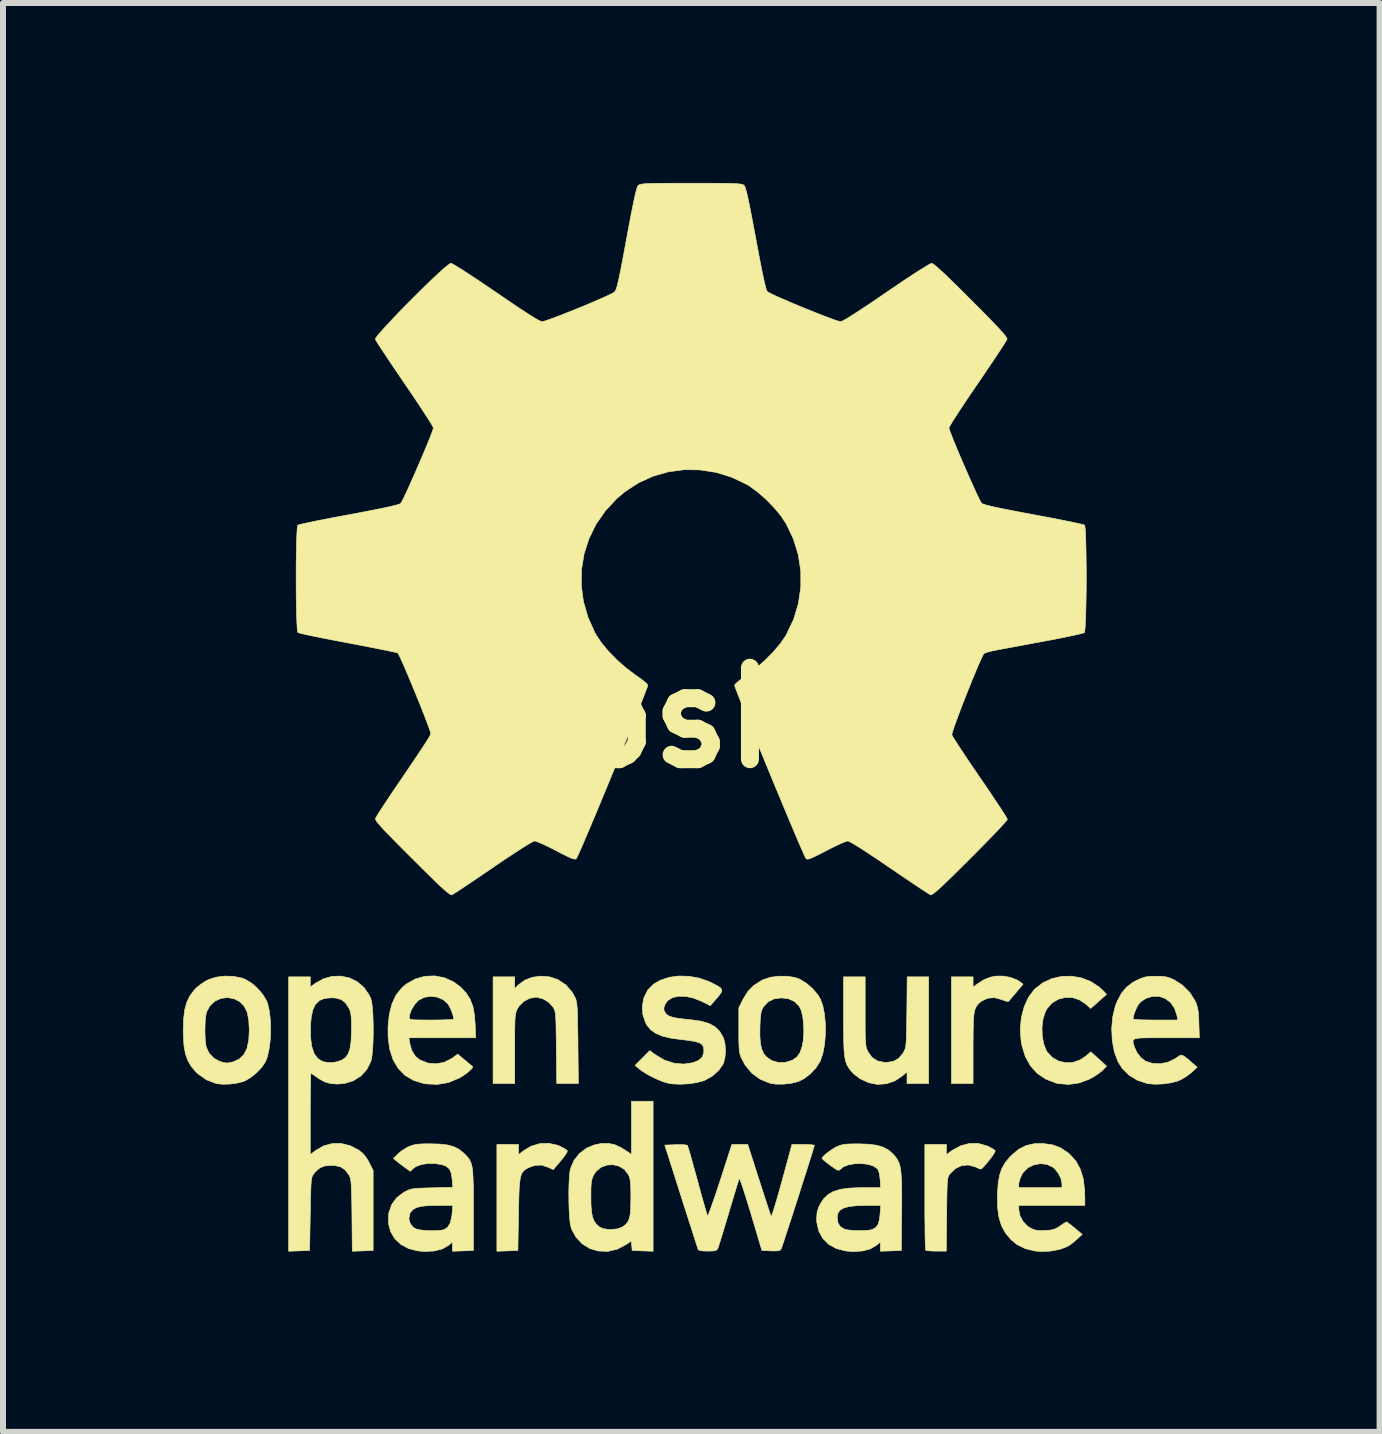
<source format=kicad_pcb>
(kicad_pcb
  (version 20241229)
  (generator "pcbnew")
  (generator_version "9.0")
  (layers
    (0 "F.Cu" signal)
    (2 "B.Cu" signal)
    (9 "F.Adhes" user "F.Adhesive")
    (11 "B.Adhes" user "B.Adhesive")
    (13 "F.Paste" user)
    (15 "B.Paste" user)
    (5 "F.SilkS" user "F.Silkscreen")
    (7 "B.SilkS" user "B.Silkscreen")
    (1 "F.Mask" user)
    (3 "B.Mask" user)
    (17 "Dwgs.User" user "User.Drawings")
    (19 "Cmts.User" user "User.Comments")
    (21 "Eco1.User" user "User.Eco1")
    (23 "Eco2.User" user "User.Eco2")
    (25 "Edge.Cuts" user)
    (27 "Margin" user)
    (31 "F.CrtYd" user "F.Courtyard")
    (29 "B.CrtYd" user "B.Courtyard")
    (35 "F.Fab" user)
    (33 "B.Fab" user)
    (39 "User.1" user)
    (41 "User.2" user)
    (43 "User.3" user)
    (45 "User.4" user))
  (footprint "osh"
    (layer "F.Cu")
    (at 8.472 8.916)
    (property "Reference" "osh" (at 0 0 0) (layer "F.SilkS") (effects (font (size 1.524 1.524) (thickness 0.3))))
    (attr through_hole)
    (fp_poly (pts (xy 5.316 4.326) (xy 5.422 4.365) (xy 5.481 4.4) (xy 5.532 4.441) (xy 5.419 4.575) (xy 5.364 4.639) (xy 5.321 4.691) (xy 5.295 4.722) (xy 5.291 4.726) (xy 5.266 4.727) (xy 5.216 4.713) (xy 5.177 4.697) (xy 5.059 4.665) (xy 4.947 4.673) (xy 4.846 4.719) (xy 4.823 4.736) (xy 4.789 4.767) (xy 4.761 4.799) (xy 4.74 4.836) (xy 4.724 4.885) (xy 4.713 4.949) (xy 4.706 5.033) (xy 4.702 5.144) (xy 4.7 5.286) (xy 4.699 5.464) (xy 4.699 5.513) (xy 4.699 6.096) (xy 4.339 6.096) (xy 4.339 4.318) (xy 4.699 4.318) (xy 4.699 4.489) (xy 4.768 4.438) (xy 4.88 4.366) (xy 4.989 4.323) (xy 5.085 4.305) (xy 5.198 4.305) (xy 5.316 4.326)) (stroke (width 0.01) (type solid)) (fill yes) (layer "F.SilkS"))
    (fp_poly (pts (xy -2.235 7.123) (xy -2.188 7.142) (xy -2.126 7.174) (xy -2.08 7.202) (xy -2.065 7.216) (xy -2.071 7.242) (xy -2.101 7.29) (xy -2.149 7.354) (xy -2.173 7.382) (xy -2.227 7.446) (xy -2.27 7.496) (xy -2.294 7.525) (xy -2.297 7.53) (xy -2.315 7.524) (xy -2.359 7.504) (xy -2.382 7.493) (xy -2.495 7.456) (xy -2.608 7.461) (xy -2.698 7.493) (xy -2.744 7.516) (xy -2.781 7.541) (xy -2.809 7.571) (xy -2.831 7.611) (xy -2.847 7.667) (xy -2.859 7.743) (xy -2.867 7.844) (xy -2.872 7.974) (xy -2.876 8.139) (xy -2.879 8.276) (xy -2.889 8.879) (xy -3.064 8.886) (xy -3.239 8.892) (xy -3.239 7.112) (xy -2.879 7.112) (xy -2.879 7.283) (xy -2.799 7.22) (xy -2.671 7.142) (xy -2.528 7.099) (xy -2.379 7.093) (xy -2.235 7.123)) (stroke (width 0.01) (type solid)) (fill yes) (layer "F.SilkS"))
    (fp_poly (pts (xy 4.791 7.096) (xy 4.934 7.137) (xy 4.945 7.142) (xy 5.007 7.174) (xy 5.053 7.202) (xy 5.068 7.216) (xy 5.061 7.239) (xy 5.033 7.285) (xy 4.991 7.343) (xy 4.942 7.406) (xy 4.894 7.463) (xy 4.854 7.505) (xy 4.83 7.523) (xy 4.828 7.523) (xy 4.803 7.515) (xy 4.754 7.494) (xy 4.731 7.484) (xy 4.618 7.454) (xy 4.507 7.465) (xy 4.403 7.514) (xy 4.314 7.6) (xy 4.309 7.607) (xy 4.296 7.626) (xy 4.286 7.648) (xy 4.278 7.679) (xy 4.272 7.723) (xy 4.268 7.786) (xy 4.265 7.872) (xy 4.262 7.987) (xy 4.26 8.135) (xy 4.259 8.278) (xy 4.252 8.89) (xy 4.088 8.89) (xy 4.008 8.888) (xy 3.945 8.884) (xy 3.911 8.877) (xy 3.909 8.876) (xy 3.906 8.852) (xy 3.903 8.791) (xy 3.9 8.696) (xy 3.898 8.573) (xy 3.897 8.425) (xy 3.895 8.257) (xy 3.895 8.074) (xy 3.895 7.987) (xy 3.895 7.112) (xy 4.255 7.112) (xy 4.255 7.281) (xy 4.355 7.209) (xy 4.495 7.133) (xy 4.642 7.095) (xy 4.791 7.096)) (stroke (width 0.01) (type solid)) (fill yes) (layer "F.SilkS"))
    (fp_poly (pts (xy 2.9 4.896) (xy 2.9 5.068) (xy 2.901 5.203) (xy 2.902 5.306) (xy 2.905 5.384) (xy 2.91 5.442) (xy 2.916 5.484) (xy 2.925 5.517) (xy 2.937 5.546) (xy 2.947 5.567) (xy 3.015 5.661) (xy 3.106 5.72) (xy 3.221 5.744) (xy 3.248 5.745) (xy 3.365 5.729) (xy 3.458 5.678) (xy 3.532 5.59) (xy 3.538 5.579) (xy 3.553 5.552) (xy 3.564 5.525) (xy 3.573 5.492) (xy 3.58 5.448) (xy 3.585 5.388) (xy 3.588 5.306) (xy 3.591 5.197) (xy 3.593 5.055) (xy 3.595 4.905) (xy 3.601 4.318) (xy 3.958 4.318) (xy 3.958 6.096) (xy 3.598 6.096) (xy 3.598 5.901) (xy 3.52 5.969) (xy 3.395 6.052) (xy 3.254 6.1) (xy 3.105 6.111) (xy 2.958 6.082) (xy 2.949 6.079) (xy 2.815 6.015) (xy 2.703 5.929) (xy 2.647 5.865) (xy 2.618 5.822) (xy 2.595 5.78) (xy 2.577 5.733) (xy 2.564 5.677) (xy 2.554 5.606) (xy 2.547 5.515) (xy 2.543 5.399) (xy 2.541 5.253) (xy 2.54 5.073) (xy 2.54 4.972) (xy 2.54 4.318) (xy 2.9 4.318) (xy 2.9 4.896)) (stroke (width 0.01) (type solid)) (fill yes) (layer "F.SilkS"))
    (fp_poly (pts (xy -2.361 4.318) (xy -2.223 4.364) (xy -2.218 4.367) (xy -2.088 4.454) (xy -1.985 4.573) (xy -1.931 4.671) (xy -1.921 4.698) (xy -1.912 4.733) (xy -1.906 4.78) (xy -1.9 4.844) (xy -1.896 4.93) (xy -1.893 5.043) (xy -1.891 5.186) (xy -1.888 5.366) (xy -1.888 5.424) (xy -1.881 6.096) (xy -2.241 6.096) (xy -2.248 5.498) (xy -2.25 5.323) (xy -2.252 5.186) (xy -2.254 5.08) (xy -2.258 5) (xy -2.262 4.943) (xy -2.269 4.901) (xy -2.278 4.87) (xy -2.289 4.845) (xy -2.304 4.82) (xy -2.305 4.818) (xy -2.375 4.742) (xy -2.469 4.685) (xy -2.571 4.658) (xy -2.594 4.657) (xy -2.693 4.676) (xy -2.788 4.726) (xy -2.865 4.8) (xy -2.895 4.846) (xy -2.909 4.876) (xy -2.92 4.906) (xy -2.928 4.941) (xy -2.934 4.988) (xy -2.938 5.051) (xy -2.94 5.137) (xy -2.942 5.25) (xy -2.942 5.396) (xy -2.942 5.518) (xy -2.942 6.096) (xy -3.302 6.096) (xy -3.302 4.318) (xy -2.942 4.318) (xy -2.942 4.514) (xy -2.884 4.455) (xy -2.777 4.375) (xy -2.647 4.325) (xy -2.506 4.306) (xy -2.361 4.318)) (stroke (width 0.01) (type solid)) (fill yes) (layer "F.SilkS"))
    (fp_poly (pts (xy 6.508 4.336) (xy 6.665 4.398) (xy 6.807 4.493) (xy 6.865 4.547) (xy 6.924 4.609) (xy 6.792 4.727) (xy 6.659 4.845) (xy 6.58 4.773) (xy 6.472 4.701) (xy 6.354 4.664) (xy 6.234 4.662) (xy 6.118 4.692) (xy 6.016 4.753) (xy 5.934 4.844) (xy 5.902 4.904) (xy 5.864 5.025) (xy 5.848 5.162) (xy 5.852 5.303) (xy 5.876 5.435) (xy 5.919 5.546) (xy 5.934 5.57) (xy 6.02 5.663) (xy 6.126 5.723) (xy 6.245 5.75) (xy 6.368 5.743) (xy 6.489 5.7) (xy 6.58 5.638) (xy 6.662 5.568) (xy 6.793 5.687) (xy 6.924 5.806) (xy 6.854 5.878) (xy 6.799 5.924) (xy 6.722 5.976) (xy 6.639 6.022) (xy 6.635 6.024) (xy 6.469 6.086) (xy 6.296 6.111) (xy 6.126 6.098) (xy 6.085 6.089) (xy 5.914 6.024) (xy 5.771 5.928) (xy 5.655 5.801) (xy 5.569 5.644) (xy 5.512 5.457) (xy 5.499 5.381) (xy 5.486 5.186) (xy 5.504 4.996) (xy 5.55 4.819) (xy 5.621 4.662) (xy 5.717 4.533) (xy 5.728 4.521) (xy 5.86 4.418) (xy 6.011 4.348) (xy 6.174 4.311) (xy 6.342 4.307) (xy 6.508 4.336)) (stroke (width 0.01) (type solid)) (fill yes) (layer "F.SilkS"))
    (fp_poly (pts (xy -0.635 8.892) (xy -0.81 8.886) (xy -0.984 8.879) (xy -0.991 8.8) (xy -0.997 8.72) (xy -1.086 8.781) (xy -1.234 8.858) (xy -1.389 8.894) (xy -1.551 8.888) (xy -1.693 8.845) (xy -1.818 8.767) (xy -1.919 8.659) (xy -1.991 8.529) (xy -2.004 8.488) (xy -2.018 8.418) (xy -2.028 8.315) (xy -2.035 8.19) (xy -2.039 8.051) (xy -2.039 7.981) (xy -1.672 7.981) (xy -1.67 8.126) (xy -1.661 8.237) (xy -1.645 8.321) (xy -1.62 8.385) (xy -1.585 8.436) (xy -1.579 8.443) (xy -1.529 8.488) (xy -1.471 8.515) (xy -1.393 8.527) (xy -1.333 8.529) (xy -1.225 8.519) (xy -1.149 8.489) (xy -1.098 8.452) (xy -1.06 8.41) (xy -1.034 8.354) (xy -1.017 8.28) (xy -1.009 8.179) (xy -1.006 8.044) (xy -1.005 8.001) (xy -1.006 7.876) (xy -1.009 7.786) (xy -1.014 7.721) (xy -1.024 7.673) (xy -1.038 7.633) (xy -1.049 7.611) (xy -1.114 7.528) (xy -1.2 7.474) (xy -1.299 7.45) (xy -1.401 7.455) (xy -1.497 7.489) (xy -1.578 7.552) (xy -1.625 7.619) (xy -1.645 7.664) (xy -1.659 7.71) (xy -1.667 7.767) (xy -1.671 7.845) (xy -1.672 7.953) (xy -1.672 7.981) (xy -2.039 7.981) (xy -2.04 7.909) (xy -2.037 7.774) (xy -2.03 7.654) (xy -2.021 7.559) (xy -2.012 7.514) (xy -1.953 7.377) (xy -1.861 7.262) (xy -1.743 7.173) (xy -1.604 7.116) (xy -1.493 7.096) (xy -1.375 7.095) (xy -1.271 7.117) (xy -1.167 7.166) (xy -1.1 7.208) (xy -0.995 7.278) (xy -0.995 6.392) (xy -0.635 6.392) (xy -0.635 8.892)) (stroke (width 0.01) (type solid)) (fill yes) (layer "F.SilkS"))
    (fp_poly (pts (xy 1.6 4.308) (xy 1.729 4.328) (xy 1.803 4.354) (xy 1.918 4.423) (xy 2.027 4.518) (xy 2.117 4.626) (xy 2.152 4.685) (xy 2.195 4.802) (xy 2.223 4.947) (xy 2.237 5.11) (xy 2.237 5.279) (xy 2.223 5.444) (xy 2.195 5.594) (xy 2.153 5.718) (xy 2.149 5.727) (xy 2.08 5.834) (xy 1.987 5.934) (xy 1.881 6.015) (xy 1.783 6.063) (xy 1.666 6.093) (xy 1.535 6.107) (xy 1.409 6.106) (xy 1.311 6.09) (xy 1.149 6.024) (xy 1.013 5.925) (xy 0.903 5.793) (xy 0.841 5.68) (xy 0.824 5.639) (xy 0.811 5.598) (xy 0.803 5.549) (xy 0.798 5.485) (xy 0.795 5.398) (xy 0.794 5.308) (xy 1.145 5.308) (xy 1.155 5.431) (xy 1.175 5.525) (xy 1.209 5.598) (xy 1.25 5.649) (xy 1.341 5.713) (xy 1.452 5.745) (xy 1.569 5.744) (xy 1.683 5.71) (xy 1.692 5.705) (xy 1.765 5.652) (xy 1.817 5.576) (xy 1.852 5.47) (xy 1.868 5.375) (xy 1.878 5.238) (xy 1.874 5.102) (xy 1.859 4.977) (xy 1.833 4.873) (xy 1.8 4.806) (xy 1.721 4.728) (xy 1.619 4.682) (xy 1.503 4.669) (xy 1.38 4.685) (xy 1.281 4.734) (xy 1.204 4.819) (xy 1.2 4.826) (xy 1.179 4.865) (xy 1.165 4.91) (xy 1.156 4.971) (xy 1.15 5.057) (xy 1.146 5.15) (xy 1.145 5.308) (xy 0.794 5.308) (xy 0.794 5.28) (xy 0.794 5.207) (xy 0.794 4.836) (xy 0.863 4.695) (xy 0.944 4.563) (xy 1.044 4.461) (xy 1.173 4.379) (xy 1.206 4.363) (xy 1.322 4.325) (xy 1.459 4.307) (xy 1.6 4.308)) (stroke (width 0.01) (type solid)) (fill yes) (layer "F.SilkS"))
    (fp_poly (pts (xy -7.621 4.311) (xy -7.483 4.34) (xy -7.435 4.359) (xy -7.33 4.421) (xy -7.229 4.51) (xy -7.141 4.613) (xy -7.077 4.72) (xy -7.059 4.768) (xy -7.03 4.899) (xy -7.014 5.05) (xy -7.01 5.213) (xy -7.018 5.375) (xy -7.037 5.526) (xy -7.067 5.656) (xy -7.097 5.733) (xy -7.157 5.823) (xy -7.242 5.914) (xy -7.34 5.994) (xy -7.437 6.052) (xy -7.466 6.063) (xy -7.569 6.089) (xy -7.687 6.105) (xy -7.805 6.108) (xy -7.904 6.099) (xy -7.922 6.095) (xy -8.08 6.034) (xy -8.22 5.936) (xy -8.258 5.9) (xy -8.335 5.809) (xy -8.391 5.712) (xy -8.431 5.6) (xy -8.455 5.467) (xy -8.465 5.303) (xy -8.467 5.208) (xy -8.106 5.208) (xy -8.103 5.322) (xy -8.096 5.42) (xy -8.084 5.489) (xy -8.035 5.593) (xy -7.954 5.676) (xy -7.863 5.726) (xy -7.791 5.748) (xy -7.736 5.755) (xy -7.676 5.745) (xy -7.632 5.734) (xy -7.533 5.689) (xy -7.458 5.616) (xy -7.405 5.511) (xy -7.375 5.373) (xy -7.366 5.207) (xy -7.375 5.041) (xy -7.401 4.91) (xy -7.449 4.81) (xy -7.518 4.737) (xy -7.609 4.687) (xy -7.726 4.663) (xy -7.839 4.677) (xy -7.941 4.724) (xy -8.023 4.801) (xy -8.078 4.903) (xy -8.083 4.922) (xy -8.096 4.994) (xy -8.103 5.094) (xy -8.106 5.208) (xy -8.467 5.208) (xy -8.467 5.207) (xy -8.461 5.022) (xy -8.443 4.87) (xy -8.409 4.745) (xy -8.358 4.638) (xy -8.288 4.544) (xy -8.252 4.505) (xy -8.182 4.447) (xy -8.096 4.39) (xy -8.046 4.364) (xy -7.919 4.323) (xy -7.772 4.305) (xy -7.621 4.311)) (stroke (width 0.01) (type solid)) (fill yes) (layer "F.SilkS"))
    (fp_poly (pts (xy 6.022 7.118) (xy 6.157 7.168) (xy 6.281 7.251) (xy 6.319 7.284) (xy 6.417 7.396) (xy 6.488 7.527) (xy 6.535 7.683) (xy 6.558 7.868) (xy 6.562 7.985) (xy 6.562 8.128) (xy 5.461 8.128) (xy 5.461 8.199) (xy 5.48 8.299) (xy 5.532 8.396) (xy 5.608 8.475) (xy 5.653 8.504) (xy 5.712 8.532) (xy 5.77 8.546) (xy 5.842 8.549) (xy 5.899 8.547) (xy 5.987 8.54) (xy 6.05 8.526) (xy 6.105 8.5) (xy 6.148 8.472) (xy 6.203 8.434) (xy 6.244 8.409) (xy 6.258 8.403) (xy 6.278 8.416) (xy 6.323 8.449) (xy 6.382 8.497) (xy 6.394 8.507) (xy 6.518 8.611) (xy 6.426 8.696) (xy 6.364 8.749) (xy 6.304 8.793) (xy 6.273 8.812) (xy 6.143 8.861) (xy 5.99 8.89) (xy 5.83 8.896) (xy 5.73 8.888) (xy 5.567 8.848) (xy 5.429 8.779) (xy 5.329 8.696) (xy 5.238 8.587) (xy 5.172 8.464) (xy 5.129 8.321) (xy 5.107 8.152) (xy 5.105 7.951) (xy 5.106 7.925) (xy 5.117 7.773) (xy 5.461 7.773) (xy 5.461 7.832) (xy 6.181 7.832) (xy 6.181 7.767) (xy 6.164 7.681) (xy 6.12 7.591) (xy 6.057 7.514) (xy 6.03 7.491) (xy 5.93 7.444) (xy 5.82 7.432) (xy 5.711 7.452) (xy 5.612 7.501) (xy 5.533 7.579) (xy 5.509 7.619) (xy 5.48 7.688) (xy 5.463 7.751) (xy 5.461 7.773) (xy 5.117 7.773) (xy 5.118 7.759) (xy 5.141 7.626) (xy 5.178 7.515) (xy 5.233 7.418) (xy 5.31 7.325) (xy 5.333 7.3) (xy 5.456 7.195) (xy 5.585 7.129) (xy 5.728 7.098) (xy 5.863 7.096) (xy 6.022 7.118)) (stroke (width 0.01) (type solid)) (fill yes) (layer "F.SilkS"))
    (fp_poly (pts (xy -4.117 4.332) (xy -3.966 4.399) (xy -3.846 4.487) (xy -3.752 4.586) (xy -3.685 4.691) (xy -3.639 4.811) (xy -3.613 4.956) (xy -3.602 5.096) (xy -3.593 5.334) (xy -4.705 5.334) (xy -4.694 5.416) (xy -4.659 5.544) (xy -4.596 5.644) (xy -4.522 5.703) (xy -4.392 5.755) (xy -4.255 5.768) (xy -4.119 5.743) (xy -3.991 5.679) (xy -3.967 5.662) (xy -3.893 5.606) (xy -3.772 5.707) (xy -3.713 5.756) (xy -3.667 5.795) (xy -3.643 5.814) (xy -3.642 5.815) (xy -3.646 5.834) (xy -3.678 5.869) (xy -3.729 5.913) (xy -3.791 5.959) (xy -3.856 5.999) (xy -3.871 6.007) (xy -4.049 6.08) (xy -4.231 6.111) (xy -4.42 6.102) (xy -4.465 6.094) (xy -4.632 6.042) (xy -4.773 5.958) (xy -4.885 5.843) (xy -4.97 5.697) (xy -5.026 5.522) (xy -5.053 5.319) (xy -5.053 5.144) (xy -5.037 4.99) (xy -4.699 4.99) (xy -4.698 5.007) (xy -4.691 5.02) (xy -4.672 5.028) (xy -4.636 5.033) (xy -4.577 5.036) (xy -4.488 5.037) (xy -4.364 5.038) (xy -4.329 5.038) (xy -4.209 5.037) (xy -4.105 5.034) (xy -4.024 5.031) (xy -3.973 5.026) (xy -3.958 5.022) (xy -3.969 4.963) (xy -3.995 4.887) (xy -4.028 4.813) (xy -4.055 4.77) (xy -4.133 4.699) (xy -4.233 4.656) (xy -4.342 4.642) (xy -4.45 4.659) (xy -4.545 4.708) (xy -4.554 4.715) (xy -4.611 4.78) (xy -4.661 4.862) (xy -4.692 4.945) (xy -4.699 4.99) (xy -5.037 4.99) (xy -5.031 4.936) (xy -4.986 4.762) (xy -4.917 4.617) (xy -4.821 4.499) (xy -4.746 4.436) (xy -4.599 4.354) (xy -4.441 4.309) (xy -4.277 4.302) (xy -4.117 4.332)) (stroke (width 0.01) (type solid)) (fill yes) (layer "F.SilkS"))
    (fp_poly (pts (xy -0.036 4.309) (xy 0.134 4.339) (xy 0.298 4.397) (xy 0.338 4.416) (xy 0.43 4.463) (xy 0.487 4.5) (xy 0.511 4.534) (xy 0.505 4.572) (xy 0.47 4.622) (xy 0.427 4.674) (xy 0.319 4.798) (xy 0.176 4.727) (xy 0.036 4.671) (xy -0.096 4.643) (xy -0.215 4.641) (xy -0.316 4.665) (xy -0.393 4.715) (xy -0.43 4.767) (xy -0.453 4.823) (xy -0.456 4.864) (xy -0.44 4.905) (xy -0.415 4.94) (xy -0.374 4.969) (xy -0.312 4.991) (xy -0.222 5.009) (xy -0.099 5.024) (xy -0.01 5.033) (xy 0.159 5.056) (xy 0.293 5.094) (xy 0.397 5.15) (xy 0.475 5.226) (xy 0.533 5.326) (xy 0.539 5.339) (xy 0.563 5.431) (xy 0.572 5.542) (xy 0.564 5.654) (xy 0.542 5.749) (xy 0.531 5.775) (xy 0.457 5.879) (xy 0.353 5.971) (xy 0.229 6.041) (xy 0.203 6.051) (xy 0.091 6.081) (xy -0.045 6.101) (xy -0.187 6.108) (xy -0.317 6.102) (xy -0.37 6.094) (xy -0.474 6.064) (xy -0.593 6.014) (xy -0.712 5.954) (xy -0.815 5.891) (xy -0.854 5.861) (xy -0.935 5.794) (xy -0.813 5.671) (xy -0.691 5.548) (xy -0.591 5.621) (xy -0.444 5.707) (xy -0.285 5.758) (xy -0.125 5.772) (xy 0.029 5.749) (xy 0.123 5.711) (xy 0.181 5.661) (xy 0.208 5.592) (xy 0.212 5.541) (xy 0.206 5.49) (xy 0.186 5.451) (xy 0.145 5.421) (xy 0.079 5.399) (xy -0.019 5.381) (xy -0.153 5.364) (xy -0.16 5.364) (xy -0.336 5.34) (xy -0.476 5.307) (xy -0.585 5.263) (xy -0.669 5.204) (xy -0.733 5.13) (xy -0.761 5.08) (xy -0.806 4.946) (xy -0.815 4.805) (xy -0.788 4.666) (xy -0.726 4.541) (xy -0.72 4.533) (xy -0.628 4.44) (xy -0.506 4.371) (xy -0.363 4.325) (xy -0.204 4.304) (xy -0.036 4.309)) (stroke (width 0.01) (type solid)) (fill yes) (layer "F.SilkS"))
    (fp_poly (pts (xy 7.845 4.31) (xy 7.917 4.318) (xy 7.98 4.337) (xy 8.047 4.366) (xy 8.191 4.458) (xy 8.311 4.578) (xy 8.399 4.717) (xy 8.401 4.72) (xy 8.425 4.779) (xy 8.442 4.836) (xy 8.453 4.905) (xy 8.46 4.995) (xy 8.463 5.085) (xy 8.471 5.334) (xy 7.919 5.334) (xy 7.747 5.334) (xy 7.614 5.334) (xy 7.514 5.336) (xy 7.444 5.341) (xy 7.399 5.351) (xy 7.374 5.365) (xy 7.365 5.387) (xy 7.368 5.417) (xy 7.379 5.455) (xy 7.388 5.487) (xy 7.43 5.58) (xy 7.497 5.665) (xy 7.575 5.724) (xy 7.692 5.762) (xy 7.822 5.767) (xy 7.952 5.739) (xy 8.072 5.68) (xy 8.097 5.663) (xy 8.134 5.636) (xy 8.163 5.623) (xy 8.193 5.627) (xy 8.232 5.651) (xy 8.289 5.698) (xy 8.341 5.743) (xy 8.435 5.824) (xy 8.334 5.917) (xy 8.257 5.976) (xy 8.168 6.028) (xy 8.115 6.053) (xy 8 6.084) (xy 7.866 6.103) (xy 7.73 6.108) (xy 7.613 6.098) (xy 7.602 6.096) (xy 7.442 6.043) (xy 7.301 5.958) (xy 7.187 5.846) (xy 7.115 5.732) (xy 7.054 5.566) (xy 7.019 5.378) (xy 7.01 5.18) (xy 7.024 5.02) (xy 7.366 5.02) (xy 7.386 5.026) (xy 7.442 5.031) (xy 7.526 5.035) (xy 7.633 5.037) (xy 7.739 5.038) (xy 8.112 5.038) (xy 8.097 4.959) (xy 8.056 4.837) (xy 7.988 4.742) (xy 7.899 4.677) (xy 7.796 4.643) (xy 7.686 4.643) (xy 7.575 4.679) (xy 7.493 4.734) (xy 7.452 4.784) (xy 7.413 4.858) (xy 7.382 4.94) (xy 7.366 5.01) (xy 7.366 5.02) (xy 7.024 5.02) (xy 7.027 4.986) (xy 7.07 4.806) (xy 7.102 4.724) (xy 7.174 4.591) (xy 7.257 4.491) (xy 7.36 4.412) (xy 7.425 4.377) (xy 7.502 4.342) (xy 7.565 4.321) (xy 7.632 4.311) (xy 7.72 4.308) (xy 7.747 4.308) (xy 7.845 4.31)) (stroke (width 0.01) (type solid)) (fill yes) (layer "F.SilkS"))
    (fp_poly (pts (xy -4.188 7.106) (xy -4.059 7.121) (xy -3.956 7.15) (xy -3.869 7.194) (xy -3.791 7.257) (xy -3.778 7.27) (xy -3.739 7.31) (xy -3.708 7.347) (xy -3.684 7.387) (xy -3.665 7.435) (xy -3.651 7.495) (xy -3.642 7.572) (xy -3.636 7.671) (xy -3.632 7.796) (xy -3.63 7.953) (xy -3.63 8.147) (xy -3.63 8.202) (xy -3.63 8.879) (xy -3.805 8.886) (xy -3.979 8.892) (xy -3.979 8.738) (xy -4.042 8.791) (xy -4.147 8.853) (xy -4.282 8.888) (xy -4.441 8.896) (xy -4.555 8.887) (xy -4.709 8.848) (xy -4.838 8.779) (xy -4.939 8.684) (xy -5.01 8.567) (xy -5.046 8.433) (xy -5.045 8.354) (xy -4.706 8.354) (xy -4.683 8.433) (xy -4.628 8.497) (xy -4.589 8.519) (xy -4.528 8.535) (xy -4.44 8.545) (xy -4.34 8.55) (xy -4.242 8.549) (xy -4.16 8.541) (xy -4.119 8.531) (xy -4.06 8.492) (xy -4.018 8.425) (xy -3.993 8.324) (xy -3.986 8.268) (xy -3.973 8.128) (xy -4.23 8.128) (xy -4.381 8.131) (xy -4.496 8.143) (xy -4.58 8.164) (xy -4.639 8.197) (xy -4.678 8.243) (xy -4.691 8.269) (xy -4.706 8.354) (xy -5.045 8.354) (xy -5.045 8.285) (xy -5.038 8.245) (xy -4.99 8.11) (xy -4.908 7.999) (xy -4.79 7.91) (xy -4.782 7.906) (xy -4.738 7.883) (xy -4.699 7.866) (xy -4.656 7.854) (xy -4.602 7.846) (xy -4.529 7.841) (xy -4.428 7.838) (xy -4.321 7.835) (xy -3.974 7.827) (xy -3.985 7.691) (xy -4 7.59) (xy -4.03 7.521) (xy -4.08 7.477) (xy -4.147 7.451) (xy -4.264 7.43) (xy -4.385 7.429) (xy -4.496 7.446) (xy -4.587 7.479) (xy -4.627 7.507) (xy -4.683 7.559) (xy -4.76 7.504) (xy -4.825 7.456) (xy -4.889 7.406) (xy -4.9 7.398) (xy -4.963 7.346) (xy -4.892 7.273) (xy -4.829 7.22) (xy -4.75 7.17) (xy -4.712 7.15) (xy -4.659 7.129) (xy -4.606 7.115) (xy -4.543 7.106) (xy -4.458 7.102) (xy -4.35 7.101) (xy -4.188 7.106)) (stroke (width 0.01) (type solid)) (fill yes) (layer "F.SilkS"))
    (fp_poly (pts (xy 2.962 7.108) (xy 3.096 7.126) (xy 3.204 7.159) (xy 3.292 7.207) (xy 3.368 7.275) (xy 3.374 7.281) (xy 3.41 7.325) (xy 3.44 7.369) (xy 3.464 7.419) (xy 3.482 7.479) (xy 3.494 7.554) (xy 3.503 7.648) (xy 3.508 7.768) (xy 3.51 7.917) (xy 3.51 8.101) (xy 3.509 8.235) (xy 3.503 8.879) (xy 3.328 8.886) (xy 3.154 8.892) (xy 3.154 8.738) (xy 3.091 8.791) (xy 2.987 8.852) (xy 2.856 8.888) (xy 2.702 8.898) (xy 2.578 8.888) (xy 2.422 8.848) (xy 2.293 8.777) (xy 2.194 8.678) (xy 2.127 8.555) (xy 2.094 8.41) (xy 2.092 8.346) (xy 2.093 8.33) (xy 2.434 8.33) (xy 2.447 8.421) (xy 2.488 8.484) (xy 2.547 8.52) (xy 2.608 8.536) (xy 2.696 8.546) (xy 2.797 8.55) (xy 2.896 8.548) (xy 2.98 8.539) (xy 3.019 8.53) (xy 3.076 8.498) (xy 3.115 8.446) (xy 3.138 8.366) (xy 3.149 8.271) (xy 3.16 8.128) (xy 2.919 8.128) (xy 2.755 8.133) (xy 2.63 8.147) (xy 2.539 8.172) (xy 2.478 8.21) (xy 2.445 8.262) (xy 2.434 8.33) (xy 2.093 8.33) (xy 2.098 8.249) (xy 2.121 8.169) (xy 2.152 8.104) (xy 2.211 8.015) (xy 2.283 7.946) (xy 2.374 7.895) (xy 2.488 7.86) (xy 2.632 7.84) (xy 2.809 7.832) (xy 2.863 7.832) (xy 3.159 7.832) (xy 3.15 7.695) (xy 3.137 7.595) (xy 3.113 7.53) (xy 3.102 7.515) (xy 3.038 7.472) (xy 2.947 7.443) (xy 2.841 7.431) (xy 2.73 7.433) (xy 2.626 7.451) (xy 2.539 7.483) (xy 2.483 7.528) (xy 2.466 7.542) (xy 2.443 7.54) (xy 2.405 7.52) (xy 2.344 7.478) (xy 2.319 7.46) (xy 2.255 7.411) (xy 2.206 7.371) (xy 2.182 7.346) (xy 2.18 7.343) (xy 2.197 7.316) (xy 2.24 7.275) (xy 2.299 7.229) (xy 2.365 7.184) (xy 2.427 7.149) (xy 2.433 7.146) (xy 2.481 7.127) (xy 2.532 7.114) (xy 2.595 7.106) (xy 2.682 7.103) (xy 2.794 7.102) (xy 2.962 7.108)) (stroke (width 0.01) (type solid)) (fill yes) (layer "F.SilkS"))
    (fp_poly (pts (xy 1.131 7.699) (xy 1.18 7.85) (xy 1.224 7.988) (xy 1.264 8.109) (xy 1.296 8.206) (xy 1.319 8.275) (xy 1.331 8.31) (xy 1.332 8.313) (xy 1.341 8.3) (xy 1.359 8.251) (xy 1.385 8.17) (xy 1.417 8.063) (xy 1.455 7.933) (xy 1.496 7.787) (xy 1.513 7.725) (xy 1.68 7.112) (xy 1.867 7.112) (xy 1.95 7.114) (xy 2.014 7.118) (xy 2.049 7.124) (xy 2.053 7.127) (xy 2.047 7.151) (xy 2.029 7.211) (xy 2.002 7.3) (xy 1.966 7.414) (xy 1.924 7.548) (xy 1.876 7.696) (xy 1.826 7.854) (xy 1.774 8.017) (xy 1.722 8.178) (xy 1.672 8.334) (xy 1.625 8.478) (xy 1.583 8.606) (xy 1.548 8.713) (xy 1.521 8.793) (xy 1.504 8.842) (xy 1.499 8.854) (xy 1.482 8.874) (xy 1.451 8.884) (xy 1.395 8.887) (xy 1.329 8.886) (xy 1.179 8.879) (xy 0.998 8.271) (xy 0.952 8.12) (xy 0.909 7.983) (xy 0.872 7.866) (xy 0.841 7.773) (xy 0.819 7.71) (xy 0.806 7.68) (xy 0.804 7.679) (xy 0.794 7.702) (xy 0.775 7.761) (xy 0.747 7.85) (xy 0.713 7.963) (xy 0.673 8.096) (xy 0.629 8.242) (xy 0.626 8.255) (xy 0.581 8.404) (xy 0.54 8.54) (xy 0.504 8.659) (xy 0.474 8.754) (xy 0.453 8.821) (xy 0.441 8.852) (xy 0.441 8.853) (xy 0.422 8.873) (xy 0.386 8.885) (xy 0.322 8.889) (xy 0.274 8.89) (xy 0.18 8.886) (xy 0.128 8.874) (xy 0.116 8.864) (xy 0.108 8.838) (xy 0.088 8.777) (xy 0.058 8.684) (xy 0.02 8.564) (xy -0.026 8.42) (xy -0.078 8.258) (xy -0.135 8.081) (xy -0.167 7.98) (xy -0.44 7.123) (xy -0.259 7.116) (xy -0.175 7.115) (xy -0.108 7.118) (xy -0.069 7.124) (xy -0.064 7.127) (xy -0.055 7.151) (xy -0.036 7.211) (xy -0.01 7.3) (xy 0.022 7.415) (xy 0.059 7.549) (xy 0.1 7.697) (xy 0.105 7.715) (xy 0.145 7.864) (xy 0.183 8) (xy 0.216 8.117) (xy 0.243 8.21) (xy 0.262 8.273) (xy 0.272 8.302) (xy 0.273 8.302) (xy 0.283 8.287) (xy 0.304 8.236) (xy 0.334 8.154) (xy 0.372 8.047) (xy 0.416 7.918) (xy 0.464 7.772) (xy 0.483 7.715) (xy 0.678 7.112) (xy 0.943 7.112) (xy 1.131 7.699)) (stroke (width 0.01) (type solid)) (fill yes) (layer "F.SilkS"))
    (fp_poly (pts (xy -5.695 4.337) (xy -5.567 4.4) (xy -5.457 4.493) (xy -5.371 4.615) (xy -5.34 4.681) (xy -5.325 4.746) (xy -5.313 4.844) (xy -5.305 4.966) (xy -5.301 5.104) (xy -5.3 5.248) (xy -5.303 5.389) (xy -5.31 5.52) (xy -5.321 5.63) (xy -5.335 5.711) (xy -5.341 5.73) (xy -5.408 5.863) (xy -5.507 5.971) (xy -5.631 6.049) (xy -5.775 6.094) (xy -5.895 6.105) (xy -6.007 6.097) (xy -6.101 6.072) (xy -6.193 6.023) (xy -6.259 5.977) (xy -6.304 5.945) (xy -6.334 5.928) (xy -6.338 5.927) (xy -6.341 5.947) (xy -6.344 6.005) (xy -6.346 6.095) (xy -6.348 6.212) (xy -6.349 6.351) (xy -6.35 6.508) (xy -6.35 6.604) (xy -6.35 7.281) (xy -6.258 7.211) (xy -6.126 7.135) (xy -5.982 7.097) (xy -5.832 7.097) (xy -5.684 7.133) (xy -5.544 7.206) (xy -5.486 7.25) (xy -5.441 7.299) (xy -5.392 7.37) (xy -5.362 7.425) (xy -5.302 7.546) (xy -5.302 8.879) (xy -5.475 8.886) (xy -5.649 8.892) (xy -5.655 8.293) (xy -5.657 8.116) (xy -5.66 7.977) (xy -5.663 7.87) (xy -5.667 7.79) (xy -5.672 7.731) (xy -5.678 7.689) (xy -5.687 7.658) (xy -5.699 7.633) (xy -5.704 7.622) (xy -5.767 7.538) (xy -5.839 7.488) (xy -5.934 7.464) (xy -6.001 7.461) (xy -6.108 7.47) (xy -6.19 7.502) (xy -6.26 7.563) (xy -6.296 7.607) (xy -6.309 7.626) (xy -6.319 7.649) (xy -6.327 7.681) (xy -6.333 7.726) (xy -6.338 7.791) (xy -6.341 7.879) (xy -6.345 7.996) (xy -6.348 8.147) (xy -6.35 8.272) (xy -6.361 8.879) (xy -6.535 8.886) (xy -6.71 8.892) (xy -6.71 5.132) (xy -6.346 5.132) (xy -6.345 5.323) (xy -6.326 5.477) (xy -6.286 5.596) (xy -6.225 5.68) (xy -6.142 5.731) (xy -6.038 5.749) (xy -5.974 5.746) (xy -5.899 5.732) (xy -5.829 5.708) (xy -5.819 5.703) (xy -5.76 5.661) (xy -5.717 5.599) (xy -5.687 5.513) (xy -5.67 5.396) (xy -5.663 5.245) (xy -5.662 5.196) (xy -5.663 5.078) (xy -5.667 4.993) (xy -5.674 4.932) (xy -5.685 4.885) (xy -5.703 4.844) (xy -5.706 4.838) (xy -5.763 4.751) (xy -5.831 4.698) (xy -5.919 4.672) (xy -6.001 4.667) (xy -6.112 4.678) (xy -6.198 4.712) (xy -6.262 4.774) (xy -6.306 4.865) (xy -6.334 4.991) (xy -6.346 5.132) (xy -6.71 5.132) (xy -6.71 4.318) (xy -6.35 4.318) (xy -6.35 4.488) (xy -6.261 4.423) (xy -6.125 4.348) (xy -5.98 4.309) (xy -5.835 4.306) (xy -5.695 4.337)) (stroke (width 0.01) (type solid)) (fill yes) (layer "F.SilkS"))
    (fp_poly (pts (xy 0.213 -8.911) (xy 0.387 -8.911) (xy 0.527 -8.91) (xy 0.637 -8.908) (xy 0.72 -8.905) (xy 0.782 -8.902) (xy 0.825 -8.897) (xy 0.853 -8.891) (xy 0.871 -8.884) (xy 0.883 -8.874) (xy 0.884 -8.874) (xy 0.896 -8.852) (xy 0.911 -8.806) (xy 0.93 -8.733) (xy 0.953 -8.63) (xy 0.981 -8.495) (xy 1.014 -8.325) (xy 1.053 -8.118) (xy 1.077 -7.99) (xy 1.12 -7.759) (xy 1.157 -7.566) (xy 1.188 -7.411) (xy 1.214 -7.29) (xy 1.235 -7.201) (xy 1.252 -7.142) (xy 1.265 -7.11) (xy 1.269 -7.105) (xy 1.299 -7.087) (xy 1.362 -7.055) (xy 1.452 -7.014) (xy 1.564 -6.965) (xy 1.69 -6.911) (xy 1.825 -6.855) (xy 1.962 -6.799) (xy 2.096 -6.745) (xy 2.22 -6.697) (xy 2.328 -6.656) (xy 2.414 -6.625) (xy 2.471 -6.608) (xy 2.49 -6.604) (xy 2.525 -6.617) (xy 2.593 -6.654) (xy 2.695 -6.718) (xy 2.831 -6.806) (xy 3.001 -6.919) (xy 3.205 -7.058) (xy 3.253 -7.091) (xy 3.41 -7.198) (xy 3.557 -7.297) (xy 3.69 -7.385) (xy 3.805 -7.459) (xy 3.898 -7.517) (xy 3.965 -7.557) (xy 4.003 -7.576) (xy 4.008 -7.578) (xy 4.033 -7.566) (xy 4.079 -7.53) (xy 4.149 -7.469) (xy 4.242 -7.382) (xy 4.361 -7.267) (xy 4.507 -7.123) (xy 4.665 -6.965) (xy 4.823 -6.806) (xy 4.953 -6.675) (xy 5.057 -6.567) (xy 5.138 -6.482) (xy 5.196 -6.417) (xy 5.236 -6.369) (xy 5.258 -6.336) (xy 5.266 -6.316) (xy 5.265 -6.311) (xy 5.251 -6.285) (xy 5.216 -6.228) (xy 5.161 -6.144) (xy 5.091 -6.037) (xy 5.007 -5.912) (xy 4.912 -5.771) (xy 4.809 -5.619) (xy 4.776 -5.571) (xy 4.671 -5.417) (xy 4.574 -5.273) (xy 4.487 -5.142) (xy 4.414 -5.03) (xy 4.356 -4.939) (xy 4.317 -4.873) (xy 4.298 -4.837) (xy 4.297 -4.833) (xy 4.305 -4.801) (xy 4.329 -4.737) (xy 4.364 -4.646) (xy 4.41 -4.534) (xy 4.463 -4.407) (xy 4.521 -4.272) (xy 4.581 -4.134) (xy 4.64 -3.999) (xy 4.697 -3.873) (xy 4.747 -3.761) (xy 4.79 -3.671) (xy 4.822 -3.607) (xy 4.841 -3.576) (xy 4.842 -3.575) (xy 4.87 -3.562) (xy 4.93 -3.544) (xy 5.025 -3.521) (xy 5.156 -3.493) (xy 5.325 -3.459) (xy 5.533 -3.419) (xy 5.704 -3.387) (xy 5.887 -3.353) (xy 6.056 -3.321) (xy 6.208 -3.291) (xy 6.339 -3.264) (xy 6.443 -3.242) (xy 6.516 -3.225) (xy 6.553 -3.215) (xy 6.556 -3.213) (xy 6.564 -3.186) (xy 6.57 -3.122) (xy 6.575 -3.027) (xy 6.579 -2.907) (xy 6.582 -2.765) (xy 6.584 -2.609) (xy 6.586 -2.443) (xy 6.586 -2.273) (xy 6.585 -2.104) (xy 6.582 -1.943) (xy 6.579 -1.793) (xy 6.575 -1.662) (xy 6.57 -1.553) (xy 6.564 -1.474) (xy 6.558 -1.429) (xy 6.554 -1.42) (xy 6.526 -1.411) (xy 6.463 -1.394) (xy 6.368 -1.373) (xy 6.248 -1.348) (xy 6.108 -1.32) (xy 5.954 -1.29) (xy 5.903 -1.281) (xy 5.735 -1.25) (xy 5.572 -1.219) (xy 5.42 -1.191) (xy 5.286 -1.166) (xy 5.179 -1.146) (xy 5.104 -1.132) (xy 5.097 -1.131) (xy 5.01 -1.113) (xy 4.938 -1.094) (xy 4.89 -1.077) (xy 4.881 -1.072) (xy 4.865 -1.046) (xy 4.835 -0.985) (xy 4.796 -0.897) (xy 4.749 -0.786) (xy 4.696 -0.659) (xy 4.64 -0.521) (xy 4.583 -0.377) (xy 4.527 -0.235) (xy 4.475 -0.099) (xy 4.429 0.026) (xy 4.39 0.132) (xy 4.362 0.215) (xy 4.347 0.268) (xy 4.345 0.285) (xy 4.359 0.311) (xy 4.394 0.369) (xy 4.448 0.453) (xy 4.518 0.559) (xy 4.601 0.684) (xy 4.695 0.823) (xy 4.797 0.973) (xy 4.812 0.994) (xy 4.915 1.144) (xy 5.009 1.284) (xy 5.093 1.41) (xy 5.164 1.517) (xy 5.219 1.603) (xy 5.255 1.662) (xy 5.27 1.691) (xy 5.271 1.693) (xy 5.256 1.715) (xy 5.214 1.763) (xy 5.149 1.834) (xy 5.063 1.925) (xy 4.959 2.032) (xy 4.841 2.153) (xy 4.712 2.283) (xy 4.65 2.345) (xy 4.492 2.502) (xy 4.362 2.631) (xy 4.256 2.734) (xy 4.172 2.814) (xy 4.107 2.873) (xy 4.058 2.914) (xy 4.024 2.938) (xy 4.001 2.949) (xy 3.988 2.95) (xy 3.962 2.934) (xy 3.905 2.898) (xy 3.821 2.843) (xy 3.716 2.773) (xy 3.592 2.689) (xy 3.454 2.596) (xy 3.306 2.495) (xy 3.304 2.494) (xy 3.125 2.372) (xy 2.968 2.267) (xy 2.837 2.182) (xy 2.733 2.117) (xy 2.659 2.074) (xy 2.617 2.054) (xy 2.61 2.053) (xy 2.574 2.063) (xy 2.509 2.089) (xy 2.422 2.129) (xy 2.32 2.179) (xy 2.251 2.215) (xy 2.135 2.275) (xy 2.049 2.317) (xy 1.99 2.343) (xy 1.951 2.355) (xy 1.928 2.355) (xy 1.915 2.347) (xy 1.901 2.322) (xy 1.873 2.261) (xy 1.833 2.17) (xy 1.781 2.05) (xy 1.72 1.907) (xy 1.651 1.744) (xy 1.576 1.564) (xy 1.496 1.372) (xy 1.412 1.171) (xy 1.327 0.965) (xy 1.242 0.758) (xy 1.158 0.554) (xy 1.077 0.356) (xy 1.001 0.168) (xy 0.931 -0.006) (xy 0.868 -0.162) (xy 0.815 -0.297) (xy 0.773 -0.406) (xy 0.742 -0.486) (xy 0.726 -0.533) (xy 0.724 -0.545) (xy 0.743 -0.57) (xy 0.791 -0.612) (xy 0.859 -0.664) (xy 0.921 -0.708) (xy 1.073 -0.821) (xy 1.224 -0.952) (xy 1.363 -1.092) (xy 1.483 -1.232) (xy 1.574 -1.364) (xy 1.585 -1.383) (xy 1.707 -1.639) (xy 1.787 -1.904) (xy 1.827 -2.174) (xy 1.827 -2.445) (xy 1.786 -2.715) (xy 1.705 -2.98) (xy 1.585 -3.232) (xy 1.497 -3.366) (xy 1.38 -3.507) (xy 1.246 -3.644) (xy 1.105 -3.767) (xy 0.968 -3.867) (xy 0.925 -3.892) (xy 0.673 -4.012) (xy 0.412 -4.092) (xy 0.147 -4.133) (xy -0.118 -4.136) (xy -0.38 -4.101) (xy -0.633 -4.029) (xy -0.875 -3.919) (xy -1.101 -3.773) (xy -1.243 -3.653) (xy -1.433 -3.448) (xy -1.588 -3.224) (xy -1.705 -2.984) (xy -1.786 -2.732) (xy -1.828 -2.473) (xy -1.832 -2.208) (xy -1.797 -1.943) (xy -1.722 -1.68) (xy -1.608 -1.424) (xy -1.585 -1.383) (xy -1.499 -1.254) (xy -1.384 -1.115) (xy -1.248 -0.975) (xy -1.101 -0.843) (xy -0.951 -0.728) (xy -0.921 -0.707) (xy -0.842 -0.652) (xy -0.778 -0.602) (xy -0.736 -0.563) (xy -0.724 -0.545) (xy -0.73 -0.52) (xy -0.752 -0.46) (xy -0.787 -0.368) (xy -0.834 -0.249) (xy -0.891 -0.106) (xy -0.956 0.057) (xy -1.029 0.237) (xy -1.107 0.429) (xy -1.189 0.629) (xy -1.274 0.835) (xy -1.359 1.042) (xy -1.444 1.247) (xy -1.526 1.445) (xy -1.604 1.633) (xy -1.678 1.807) (xy -1.744 1.963) (xy -1.801 2.098) (xy -1.849 2.207) (xy -1.885 2.288) (xy -1.908 2.335) (xy -1.915 2.347) (xy -1.931 2.355) (xy -1.957 2.353) (xy -1.999 2.339) (xy -2.063 2.31) (xy -2.154 2.265) (xy -2.25 2.215) (xy -2.357 2.16) (xy -2.454 2.113) (xy -2.534 2.078) (xy -2.59 2.057) (xy -2.608 2.053) (xy -2.641 2.065) (xy -2.706 2.101) (xy -2.801 2.16) (xy -2.925 2.24) (xy -3.076 2.339) (xy -3.252 2.458) (xy -3.304 2.494) (xy -3.452 2.595) (xy -3.59 2.689) (xy -3.714 2.772) (xy -3.82 2.843) (xy -3.904 2.898) (xy -3.962 2.934) (xy -3.988 2.95) (xy -3.988 2.95) (xy -4.003 2.949) (xy -4.028 2.936) (xy -4.064 2.909) (xy -4.115 2.866) (xy -4.183 2.804) (xy -4.271 2.72) (xy -4.38 2.613) (xy -4.515 2.48) (xy -4.651 2.345) (xy -4.814 2.182) (xy -4.948 2.046) (xy -5.056 1.935) (xy -5.139 1.848) (xy -5.199 1.78) (xy -5.239 1.732) (xy -5.26 1.7) (xy -5.265 1.683) (xy -5.251 1.656) (xy -5.217 1.599) (xy -5.163 1.515) (xy -5.093 1.409) (xy -5.01 1.284) (xy -4.916 1.145) (xy -4.814 0.995) (xy -4.798 0.971) (xy -4.696 0.821) (xy -4.601 0.68) (xy -4.517 0.554) (xy -4.446 0.446) (xy -4.391 0.36) (xy -4.355 0.299) (xy -4.34 0.269) (xy -4.339 0.268) (xy -4.347 0.235) (xy -4.369 0.17) (xy -4.403 0.079) (xy -4.446 -0.034) (xy -4.496 -0.162) (xy -4.552 -0.3) (xy -4.61 -0.442) (xy -4.668 -0.583) (xy -4.724 -0.716) (xy -4.776 -0.837) (xy -4.821 -0.94) (xy -4.857 -1.018) (xy -4.882 -1.067) (xy -4.892 -1.081) (xy -4.92 -1.089) (xy -4.985 -1.103) (xy -5.082 -1.124) (xy -5.206 -1.149) (xy -5.354 -1.178) (xy -5.518 -1.21) (xy -5.696 -1.244) (xy -5.728 -1.25) (xy -5.907 -1.284) (xy -6.074 -1.316) (xy -6.223 -1.346) (xy -6.351 -1.372) (xy -6.451 -1.394) (xy -6.521 -1.411) (xy -6.554 -1.421) (xy -6.556 -1.422) (xy -6.563 -1.449) (xy -6.569 -1.512) (xy -6.574 -1.607) (xy -6.578 -1.727) (xy -6.581 -1.868) (xy -6.584 -2.024) (xy -6.585 -2.19) (xy -6.585 -2.36) (xy -6.585 -2.528) (xy -6.583 -2.69) (xy -6.58 -2.839) (xy -6.577 -2.97) (xy -6.572 -3.079) (xy -6.567 -3.158) (xy -6.56 -3.204) (xy -6.556 -3.212) (xy -6.53 -3.221) (xy -6.467 -3.236) (xy -6.372 -3.256) (xy -6.248 -3.282) (xy -6.102 -3.311) (xy -5.937 -3.343) (xy -5.758 -3.376) (xy -5.704 -3.386) (xy -5.47 -3.43) (xy -5.275 -3.468) (xy -5.118 -3.5) (xy -4.998 -3.526) (xy -4.913 -3.548) (xy -4.861 -3.564) (xy -4.842 -3.574) (xy -4.825 -3.603) (xy -4.793 -3.664) (xy -4.751 -3.752) (xy -4.701 -3.862) (xy -4.645 -3.987) (xy -4.586 -4.122) (xy -4.526 -4.26) (xy -4.468 -4.396) (xy -4.414 -4.524) (xy -4.368 -4.637) (xy -4.331 -4.73) (xy -4.307 -4.797) (xy -4.297 -4.831) (xy -4.297 -4.833) (xy -4.308 -4.859) (xy -4.342 -4.915) (xy -4.394 -4.999) (xy -4.463 -5.105) (xy -4.545 -5.23) (xy -4.639 -5.371) (xy -4.742 -5.522) (xy -4.776 -5.572) (xy -4.881 -5.726) (xy -4.979 -5.87) (xy -5.066 -6.001) (xy -5.141 -6.114) (xy -5.201 -6.205) (xy -5.243 -6.271) (xy -5.264 -6.307) (xy -5.265 -6.312) (xy -5.254 -6.337) (xy -5.215 -6.387) (xy -5.153 -6.458) (xy -5.072 -6.548) (xy -4.976 -6.65) (xy -4.868 -6.763) (xy -4.753 -6.881) (xy -4.633 -7.001) (xy -4.514 -7.12) (xy -4.399 -7.233) (xy -4.291 -7.336) (xy -4.195 -7.426) (xy -4.115 -7.498) (xy -4.053 -7.549) (xy -4.015 -7.575) (xy -4.007 -7.578) (xy -3.979 -7.566) (xy -3.92 -7.532) (xy -3.833 -7.478) (xy -3.722 -7.407) (xy -3.591 -7.321) (xy -3.443 -7.221) (xy -3.281 -7.111) (xy -3.251 -7.091) (xy -3.045 -6.95) (xy -2.873 -6.834) (xy -2.732 -6.742) (xy -2.624 -6.674) (xy -2.547 -6.629) (xy -2.5 -6.607) (xy -2.487 -6.604) (xy -2.45 -6.612) (xy -2.381 -6.635) (xy -2.285 -6.669) (xy -2.17 -6.713) (xy -2.041 -6.764) (xy -1.905 -6.819) (xy -1.767 -6.875) (xy -1.635 -6.931) (xy -1.515 -6.983) (xy -1.413 -7.029) (xy -1.335 -7.066) (xy -1.287 -7.092) (xy -1.278 -7.099) (xy -1.265 -7.116) (xy -1.252 -7.144) (xy -1.238 -7.186) (xy -1.222 -7.248) (xy -1.203 -7.331) (xy -1.18 -7.441) (xy -1.153 -7.581) (xy -1.12 -7.755) (xy -1.081 -7.966) (xy -1.076 -7.99) (xy -1.034 -8.219) (xy -0.998 -8.409) (xy -0.967 -8.562) (xy -0.942 -8.681) (xy -0.921 -8.77) (xy -0.904 -8.83) (xy -0.89 -8.865) (xy -0.884 -8.874) (xy -0.872 -8.883) (xy -0.854 -8.891) (xy -0.825 -8.897) (xy -0.783 -8.902) (xy -0.722 -8.905) (xy -0.64 -8.908) (xy -0.531 -8.91) (xy -0.392 -8.911) (xy -0.218 -8.911) (xy -0.007 -8.911) (xy 0 -8.911) (xy 0.213 -8.911)) (stroke (width 0.01) (type solid)) (fill yes) (layer "F.SilkS")))
  (gr_rect
    (start -3 -3)
    (end 19.948 20.819)
    (stroke (width 0.1) (type default))
    (fill no)
    (layer "Edge.Cuts")))
</source>
